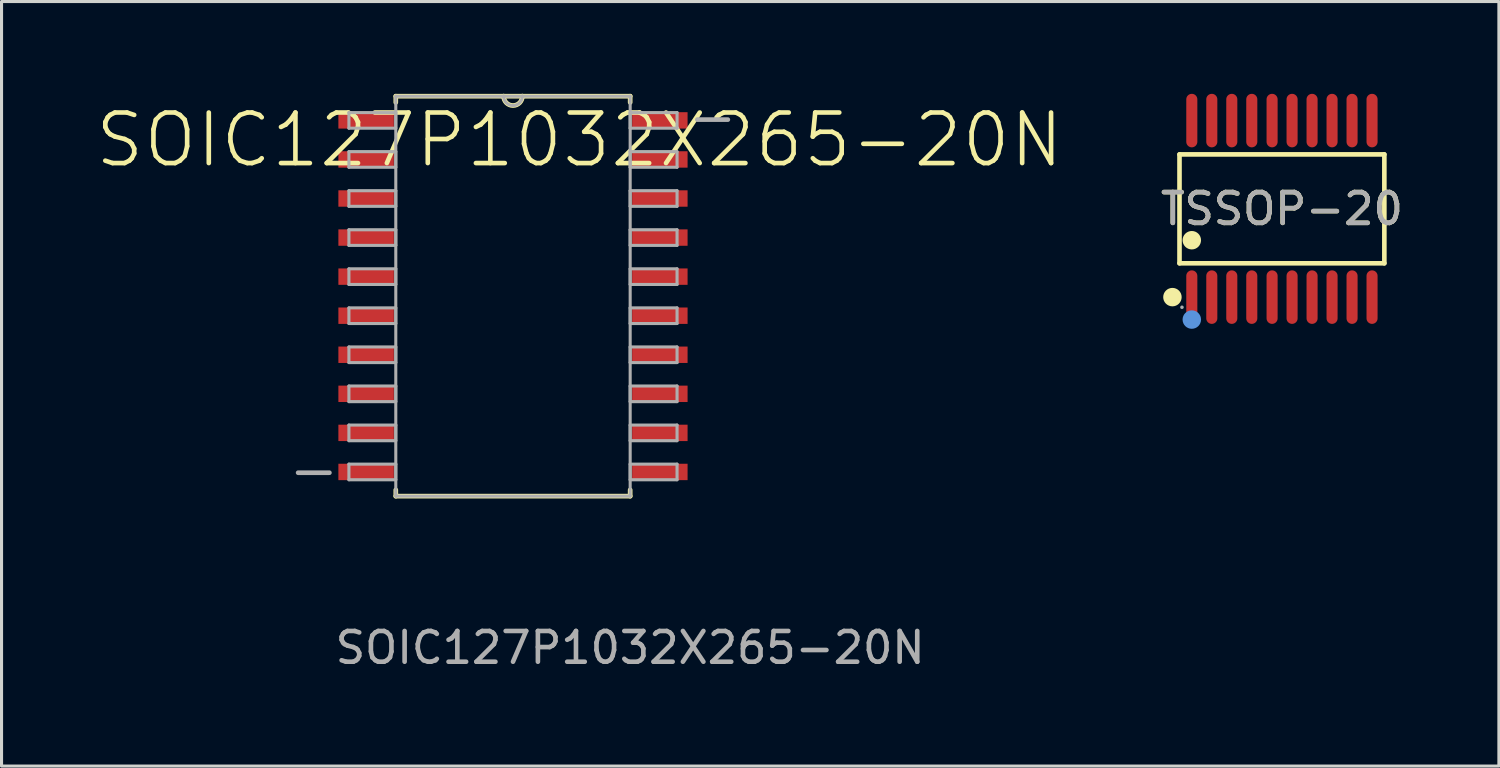
<source format=kicad_pcb>
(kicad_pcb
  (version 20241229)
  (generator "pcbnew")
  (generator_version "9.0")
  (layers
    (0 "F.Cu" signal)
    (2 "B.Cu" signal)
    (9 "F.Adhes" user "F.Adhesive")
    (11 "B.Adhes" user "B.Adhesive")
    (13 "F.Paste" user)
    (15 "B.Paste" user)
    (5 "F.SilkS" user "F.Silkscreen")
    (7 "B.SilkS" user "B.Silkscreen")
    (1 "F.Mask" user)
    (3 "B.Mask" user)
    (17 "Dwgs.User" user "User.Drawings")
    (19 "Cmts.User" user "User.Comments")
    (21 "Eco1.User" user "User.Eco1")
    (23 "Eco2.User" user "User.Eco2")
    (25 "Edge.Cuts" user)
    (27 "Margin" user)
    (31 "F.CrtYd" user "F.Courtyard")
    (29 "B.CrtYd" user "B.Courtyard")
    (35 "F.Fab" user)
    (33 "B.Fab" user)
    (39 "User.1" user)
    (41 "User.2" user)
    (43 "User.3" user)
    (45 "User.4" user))
  (footprint "SOIC127P1032X265-20N"
    (layer "F.Cu")
    (at 13.628 6.579)
    (property "Reference" "SOIC127P1032X265-20N" (at 2.159 -5.08 0) (layer "F.SilkS") (effects (font (size 1.643 1.643) (thickness 0.15))))
    (attr smd)
    (fp_line (start -3.81 -6.502) (end -3.81 -6.299) (stroke (width 0.152) (type solid)) (layer "F.SilkS"))
    (fp_line (start -3.81 6.299) (end -3.81 6.502) (stroke (width 0.152) (type solid)) (layer "F.SilkS"))
    (fp_line (start -3.81 6.502) (end 3.81 6.502) (stroke (width 0.152) (type solid)) (layer "F.SilkS"))
    (fp_line (start -0.305 -6.502) (end -3.81 -6.502) (stroke (width 0.152) (type solid)) (layer "F.SilkS"))
    (fp_line (start 0.305 -6.502) (end -0.305 -6.502) (stroke (width 0.152) (type solid)) (layer "F.SilkS"))
    (fp_line (start 3.81 -6.502) (end 0.305 -6.502) (stroke (width 0.152) (type solid)) (layer "F.SilkS"))
    (fp_line (start 3.81 -6.299) (end 3.81 -6.502) (stroke (width 0.152) (type solid)) (layer "F.SilkS"))
    (fp_line (start 3.81 6.502) (end 3.81 6.299) (stroke (width 0.152) (type solid)) (layer "F.SilkS"))
    (fp_arc (start 0.3048 -6.5024) (mid 0 -6.1976) (end -0.3048 -6.5024) (stroke (width 0.1524) (type solid)) (layer "F.SilkS"))
    (fp_line (start -6.985 5.74) (end -5.969 5.74) (stroke (width 0.152) (type solid)) (layer "F.Fab"))
    (fp_line (start -5.334 -5.969) (end -5.334 -5.461) (stroke (width 0.1) (type solid)) (layer "F.Fab"))
    (fp_line (start -5.334 -5.461) (end -3.81 -5.461) (stroke (width 0.1) (type solid)) (layer "F.Fab"))
    (fp_line (start -5.334 -4.699) (end -5.334 -4.191) (stroke (width 0.1) (type solid)) (layer "F.Fab"))
    (fp_line (start -5.334 -4.191) (end -3.81 -4.191) (stroke (width 0.1) (type solid)) (layer "F.Fab"))
    (fp_line (start -5.334 -3.429) (end -5.334 -2.921) (stroke (width 0.1) (type solid)) (layer "F.Fab"))
    (fp_line (start -5.334 -2.921) (end -3.81 -2.921) (stroke (width 0.1) (type solid)) (layer "F.Fab"))
    (fp_line (start -5.334 -2.159) (end -5.334 -1.651) (stroke (width 0.1) (type solid)) (layer "F.Fab"))
    (fp_line (start -5.334 -1.651) (end -3.81 -1.651) (stroke (width 0.1) (type solid)) (layer "F.Fab"))
    (fp_line (start -5.334 -0.889) (end -5.334 -0.381) (stroke (width 0.1) (type solid)) (layer "F.Fab"))
    (fp_line (start -5.334 -0.381) (end -3.81 -0.381) (stroke (width 0.1) (type solid)) (layer "F.Fab"))
    (fp_line (start -5.334 0.381) (end -5.334 0.889) (stroke (width 0.1) (type solid)) (layer "F.Fab"))
    (fp_line (start -5.334 0.889) (end -3.81 0.889) (stroke (width 0.1) (type solid)) (layer "F.Fab"))
    (fp_line (start -5.334 1.651) (end -5.334 2.159) (stroke (width 0.1) (type solid)) (layer "F.Fab"))
    (fp_line (start -5.334 2.159) (end -3.81 2.159) (stroke (width 0.1) (type solid)) (layer "F.Fab"))
    (fp_line (start -5.334 2.921) (end -5.334 3.429) (stroke (width 0.1) (type solid)) (layer "F.Fab"))
    (fp_line (start -5.334 3.429) (end -3.81 3.429) (stroke (width 0.1) (type solid)) (layer "F.Fab"))
    (fp_line (start -5.334 4.191) (end -5.334 4.699) (stroke (width 0.1) (type solid)) (layer "F.Fab"))
    (fp_line (start -5.334 4.699) (end -3.81 4.699) (stroke (width 0.1) (type solid)) (layer "F.Fab"))
    (fp_line (start -5.334 5.461) (end -5.334 5.969) (stroke (width 0.1) (type solid)) (layer "F.Fab"))
    (fp_line (start -5.334 5.969) (end -3.81 5.969) (stroke (width 0.1) (type solid)) (layer "F.Fab"))
    (fp_line (start -3.81 -6.502) (end -3.81 6.502) (stroke (width 0.1) (type solid)) (layer "F.Fab"))
    (fp_line (start -3.81 -5.969) (end -5.334 -5.969) (stroke (width 0.1) (type solid)) (layer "F.Fab"))
    (fp_line (start -3.81 -5.461) (end -3.81 -5.969) (stroke (width 0.1) (type solid)) (layer "F.Fab"))
    (fp_line (start -3.81 -4.699) (end -5.334 -4.699) (stroke (width 0.1) (type solid)) (layer "F.Fab"))
    (fp_line (start -3.81 -4.191) (end -3.81 -4.699) (stroke (width 0.1) (type solid)) (layer "F.Fab"))
    (fp_line (start -3.81 -3.429) (end -5.334 -3.429) (stroke (width 0.1) (type solid)) (layer "F.Fab"))
    (fp_line (start -3.81 -2.921) (end -3.81 -3.429) (stroke (width 0.1) (type solid)) (layer "F.Fab"))
    (fp_line (start -3.81 -2.159) (end -5.334 -2.159) (stroke (width 0.1) (type solid)) (layer "F.Fab"))
    (fp_line (start -3.81 -1.651) (end -3.81 -2.159) (stroke (width 0.1) (type solid)) (layer "F.Fab"))
    (fp_line (start -3.81 -0.889) (end -5.334 -0.889) (stroke (width 0.1) (type solid)) (layer "F.Fab"))
    (fp_line (start -3.81 -0.381) (end -3.81 -0.889) (stroke (width 0.1) (type solid)) (layer "F.Fab"))
    (fp_line (start -3.81 0.381) (end -5.334 0.381) (stroke (width 0.1) (type solid)) (layer "F.Fab"))
    (fp_line (start -3.81 0.889) (end -3.81 0.381) (stroke (width 0.1) (type solid)) (layer "F.Fab"))
    (fp_line (start -3.81 1.651) (end -5.334 1.651) (stroke (width 0.1) (type solid)) (layer "F.Fab"))
    (fp_line (start -3.81 2.159) (end -3.81 1.651) (stroke (width 0.1) (type solid)) (layer "F.Fab"))
    (fp_line (start -3.81 2.921) (end -5.334 2.921) (stroke (width 0.1) (type solid)) (layer "F.Fab"))
    (fp_line (start -3.81 3.429) (end -3.81 2.921) (stroke (width 0.1) (type solid)) (layer "F.Fab"))
    (fp_line (start -3.81 4.191) (end -5.334 4.191) (stroke (width 0.1) (type solid)) (layer "F.Fab"))
    (fp_line (start -3.81 4.699) (end -3.81 4.191) (stroke (width 0.1) (type solid)) (layer "F.Fab"))
    (fp_line (start -3.81 5.461) (end -5.334 5.461) (stroke (width 0.1) (type solid)) (layer "F.Fab"))
    (fp_line (start -3.81 5.969) (end -3.81 5.461) (stroke (width 0.1) (type solid)) (layer "F.Fab"))
    (fp_line (start -3.81 6.502) (end 3.81 6.502) (stroke (width 0.1) (type solid)) (layer "F.Fab"))
    (fp_line (start -0.305 -6.502) (end -3.81 -6.502) (stroke (width 0.1) (type solid)) (layer "F.Fab"))
    (fp_line (start 0.305 -6.502) (end -0.305 -6.502) (stroke (width 0.1) (type solid)) (layer "F.Fab"))
    (fp_line (start 3.81 -6.502) (end 0.305 -6.502) (stroke (width 0.1) (type solid)) (layer "F.Fab"))
    (fp_line (start 3.81 -5.969) (end 3.81 -5.461) (stroke (width 0.1) (type solid)) (layer "F.Fab"))
    (fp_line (start 3.81 -5.461) (end 5.334 -5.461) (stroke (width 0.1) (type solid)) (layer "F.Fab"))
    (fp_line (start 3.81 -4.699) (end 3.81 -4.191) (stroke (width 0.1) (type solid)) (layer "F.Fab"))
    (fp_line (start 3.81 -4.191) (end 5.334 -4.191) (stroke (width 0.1) (type solid)) (layer "F.Fab"))
    (fp_line (start 3.81 -3.429) (end 3.81 -2.921) (stroke (width 0.1) (type solid)) (layer "F.Fab"))
    (fp_line (start 3.81 -2.921) (end 5.334 -2.921) (stroke (width 0.1) (type solid)) (layer "F.Fab"))
    (fp_line (start 3.81 -2.159) (end 3.81 -1.651) (stroke (width 0.1) (type solid)) (layer "F.Fab"))
    (fp_line (start 3.81 -1.651) (end 5.334 -1.651) (stroke (width 0.1) (type solid)) (layer "F.Fab"))
    (fp_line (start 3.81 -0.889) (end 3.81 -0.381) (stroke (width 0.1) (type solid)) (layer "F.Fab"))
    (fp_line (start 3.81 -0.381) (end 5.334 -0.381) (stroke (width 0.1) (type solid)) (layer "F.Fab"))
    (fp_line (start 3.81 0.381) (end 3.81 0.889) (stroke (width 0.1) (type solid)) (layer "F.Fab"))
    (fp_line (start 3.81 0.889) (end 5.334 0.889) (stroke (width 0.1) (type solid)) (layer "F.Fab"))
    (fp_line (start 3.81 1.651) (end 3.81 2.159) (stroke (width 0.1) (type solid)) (layer "F.Fab"))
    (fp_line (start 3.81 2.159) (end 5.334 2.159) (stroke (width 0.1) (type solid)) (layer "F.Fab"))
    (fp_line (start 3.81 2.921) (end 3.81 3.429) (stroke (width 0.1) (type solid)) (layer "F.Fab"))
    (fp_line (start 3.81 3.429) (end 5.334 3.429) (stroke (width 0.1) (type solid)) (layer "F.Fab"))
    (fp_line (start 3.81 4.191) (end 3.81 4.699) (stroke (width 0.1) (type solid)) (layer "F.Fab"))
    (fp_line (start 3.81 4.699) (end 5.334 4.699) (stroke (width 0.1) (type solid)) (layer "F.Fab"))
    (fp_line (start 3.81 5.461) (end 3.81 5.969) (stroke (width 0.1) (type solid)) (layer "F.Fab"))
    (fp_line (start 3.81 5.969) (end 5.334 5.969) (stroke (width 0.1) (type solid)) (layer "F.Fab"))
    (fp_line (start 3.81 6.502) (end 3.81 -6.502) (stroke (width 0.1) (type solid)) (layer "F.Fab"))
    (fp_line (start 5.334 -5.969) (end 3.81 -5.969) (stroke (width 0.1) (type solid)) (layer "F.Fab"))
    (fp_line (start 5.334 -5.461) (end 5.334 -5.969) (stroke (width 0.1) (type solid)) (layer "F.Fab"))
    (fp_line (start 5.334 -4.699) (end 3.81 -4.699) (stroke (width 0.1) (type solid)) (layer "F.Fab"))
    (fp_line (start 5.334 -4.191) (end 5.334 -4.699) (stroke (width 0.1) (type solid)) (layer "F.Fab"))
    (fp_line (start 5.334 -3.429) (end 3.81 -3.429) (stroke (width 0.1) (type solid)) (layer "F.Fab"))
    (fp_line (start 5.334 -2.921) (end 5.334 -3.429) (stroke (width 0.1) (type solid)) (layer "F.Fab"))
    (fp_line (start 5.334 -2.159) (end 3.81 -2.159) (stroke (width 0.1) (type solid)) (layer "F.Fab"))
    (fp_line (start 5.334 -1.651) (end 5.334 -2.159) (stroke (width 0.1) (type solid)) (layer "F.Fab"))
    (fp_line (start 5.334 -0.889) (end 3.81 -0.889) (stroke (width 0.1) (type solid)) (layer "F.Fab"))
    (fp_line (start 5.334 -0.381) (end 5.334 -0.889) (stroke (width 0.1) (type solid)) (layer "F.Fab"))
    (fp_line (start 5.334 0.381) (end 3.81 0.381) (stroke (width 0.1) (type solid)) (layer "F.Fab"))
    (fp_line (start 5.334 0.889) (end 5.334 0.381) (stroke (width 0.1) (type solid)) (layer "F.Fab"))
    (fp_line (start 5.334 1.651) (end 3.81 1.651) (stroke (width 0.1) (type solid)) (layer "F.Fab"))
    (fp_line (start 5.334 2.159) (end 5.334 1.651) (stroke (width 0.1) (type solid)) (layer "F.Fab"))
    (fp_line (start 5.334 2.921) (end 3.81 2.921) (stroke (width 0.1) (type solid)) (layer "F.Fab"))
    (fp_line (start 5.334 3.429) (end 5.334 2.921) (stroke (width 0.1) (type solid)) (layer "F.Fab"))
    (fp_line (start 5.334 4.191) (end 3.81 4.191) (stroke (width 0.1) (type solid)) (layer "F.Fab"))
    (fp_line (start 5.334 4.699) (end 5.334 4.191) (stroke (width 0.1) (type solid)) (layer "F.Fab"))
    (fp_line (start 5.334 5.461) (end 3.81 5.461) (stroke (width 0.1) (type solid)) (layer "F.Fab"))
    (fp_line (start 5.334 5.969) (end 5.334 5.461) (stroke (width 0.1) (type solid)) (layer "F.Fab"))
    (fp_line (start 5.994 -5.74) (end 6.985 -5.74) (stroke (width 0.152) (type solid)) (layer "F.Fab"))
    (fp_arc (start 0.3048 -6.5024) (mid 0 -6.1976) (end -0.3048 -6.5024) (stroke (width 0.1) (type solid)) (layer "F.Fab"))
    (fp_text user "${REFERENCE}" (at 3.81 11.43 180) (layer "F.Fab") (effects (font (size 1 1) (thickness 0.15))))
    (pad "1" smd rect (at -4.775 -5.715) (size 1.803 0.533) (layers "F.Cu" "F.Mask" "F.Paste"))
    (pad "2" smd rect (at -4.775 -4.445) (size 1.803 0.533) (layers "F.Cu" "F.Mask" "F.Paste"))
    (pad "3" smd rect (at -4.775 -3.175) (size 1.803 0.533) (layers "F.Cu" "F.Mask" "F.Paste"))
    (pad "4" smd rect (at -4.775 -1.905) (size 1.803 0.533) (layers "F.Cu" "F.Mask" "F.Paste"))
    (pad "5" smd rect (at -4.775 -0.635) (size 1.803 0.533) (layers "F.Cu" "F.Mask" "F.Paste"))
    (pad "6" smd rect (at -4.775 0.635) (size 1.803 0.533) (layers "F.Cu" "F.Mask" "F.Paste"))
    (pad "7" smd rect (at -4.775 1.905) (size 1.803 0.533) (layers "F.Cu" "F.Mask" "F.Paste"))
    (pad "8" smd rect (at -4.775 3.175) (size 1.803 0.533) (layers "F.Cu" "F.Mask" "F.Paste"))
    (pad "9" smd rect (at -4.775 4.445) (size 1.803 0.533) (layers "F.Cu" "F.Mask" "F.Paste"))
    (pad "10" smd rect (at -4.775 5.715) (size 1.803 0.533) (layers "F.Cu" "F.Mask" "F.Paste"))
    (pad "11" smd rect (at 4.775 5.715) (size 1.803 0.533) (layers "F.Cu" "F.Mask" "F.Paste"))
    (pad "12" smd rect (at 4.775 4.445) (size 1.803 0.533) (layers "F.Cu" "F.Mask" "F.Paste"))
    (pad "13" smd rect (at 4.775 3.175) (size 1.803 0.533) (layers "F.Cu" "F.Mask" "F.Paste"))
    (pad "14" smd rect (at 4.775 1.905) (size 1.803 0.533) (layers "F.Cu" "F.Mask" "F.Paste"))
    (pad "15" smd rect (at 4.775 0.635) (size 1.803 0.533) (layers "F.Cu" "F.Mask" "F.Paste"))
    (pad "16" smd rect (at 4.775 -0.635) (size 1.803 0.533) (layers "F.Cu" "F.Mask" "F.Paste"))
    (pad "17" smd rect (at 4.775 -1.905) (size 1.803 0.533) (layers "F.Cu" "F.Mask" "F.Paste"))
    (pad "18" smd rect (at 4.775 -3.175) (size 1.803 0.533) (layers "F.Cu" "F.Mask" "F.Paste"))
    (pad "19" smd rect (at 4.775 -4.445) (size 1.803 0.533) (layers "F.Cu" "F.Mask" "F.Paste"))
    (pad "20" smd rect (at 4.775 -5.715) (size 1.803 0.533) (layers "F.Cu" "F.Mask" "F.Paste")))
  (footprint "TSSOP-20"
    (layer "F.Cu")
    (at 38.628 3.74)
    (property "Reference" "TSSOP-20" (at 0 0 180) (layer "F.SilkS") (effects (font (size 1 1) (thickness 0.15))))
    (attr smd)
    (fp_line (start -3.33 -1.77) (end 3.33 -1.77) (stroke (width 0.15) (type solid)) (layer "F.SilkS"))
    (fp_line (start -3.33 1.77) (end -3.33 -1.77) (stroke (width 0.15) (type solid)) (layer "F.SilkS"))
    (fp_line (start 3.33 -1.77) (end 3.33 1.77) (stroke (width 0.15) (type solid)) (layer "F.SilkS"))
    (fp_line (start 3.33 1.77) (end -3.33 1.77) (stroke (width 0.15) (type solid)) (layer "F.SilkS"))
    (fp_circle (center -3.56 2.87) (end -3.41 2.87) (stroke (width 0.3) (type solid)) (fill no) (layer "F.SilkS"))
    (fp_circle (center -2.93 1.02) (end -2.78 1.02) (stroke (width 0.3) (type solid)) (fill no) (layer "F.SilkS"))
    (fp_circle (center -2.93 3.6) (end -2.78 3.6) (stroke (width 0.3) (type solid)) (fill no) (layer "Cmts.User"))
    (fp_circle (center -3.25 3.2) (end -3.22 3.2) (stroke (width 0.06) (type solid)) (fill no) (layer "F.Fab"))
    (fp_text user "${REFERENCE}" (at 0 0 180) (layer "F.Fab") (effects (font (size 1 1) (thickness 0.15))))
    (pad "1" smd oval (at -2.93 2.87) (size 0.36 1.74) (layers "F.Cu" "F.Mask" "F.Paste"))
    (pad "2" smd oval (at -2.28 2.87) (size 0.36 1.74) (layers "F.Cu" "F.Mask" "F.Paste"))
    (pad "3" smd oval (at -1.63 2.87) (size 0.36 1.74) (layers "F.Cu" "F.Mask" "F.Paste"))
    (pad "4" smd oval (at -0.98 2.87) (size 0.36 1.74) (layers "F.Cu" "F.Mask" "F.Paste"))
    (pad "5" smd oval (at -0.32 2.87) (size 0.36 1.74) (layers "F.Cu" "F.Mask" "F.Paste"))
    (pad "6" smd oval (at 0.33 2.87) (size 0.36 1.74) (layers "F.Cu" "F.Mask" "F.Paste"))
    (pad "7" smd oval (at 0.98 2.87) (size 0.36 1.74) (layers "F.Cu" "F.Mask" "F.Paste"))
    (pad "8" smd oval (at 1.63 2.87) (size 0.36 1.74) (layers "F.Cu" "F.Mask" "F.Paste"))
    (pad "9" smd oval (at 2.28 2.87) (size 0.36 1.74) (layers "F.Cu" "F.Mask" "F.Paste"))
    (pad "10" smd oval (at 2.93 2.87) (size 0.36 1.74) (layers "F.Cu" "F.Mask" "F.Paste"))
    (pad "11" smd oval (at 2.93 -2.87) (size 0.36 1.74) (layers "F.Cu" "F.Mask" "F.Paste"))
    (pad "12" smd oval (at 2.28 -2.87) (size 0.36 1.74) (layers "F.Cu" "F.Mask" "F.Paste"))
    (pad "13" smd oval (at 1.63 -2.87) (size 0.36 1.74) (layers "F.Cu" "F.Mask" "F.Paste"))
    (pad "14" smd oval (at 0.98 -2.87) (size 0.36 1.74) (layers "F.Cu" "F.Mask" "F.Paste"))
    (pad "15" smd oval (at 0.33 -2.87) (size 0.36 1.74) (layers "F.Cu" "F.Mask" "F.Paste"))
    (pad "16" smd oval (at -0.32 -2.87) (size 0.36 1.74) (layers "F.Cu" "F.Mask" "F.Paste"))
    (pad "17" smd oval (at -0.98 -2.87) (size 0.36 1.74) (layers "F.Cu" "F.Mask" "F.Paste"))
    (pad "18" smd oval (at -1.63 -2.87) (size 0.36 1.74) (layers "F.Cu" "F.Mask" "F.Paste"))
    (pad "19" smd oval (at -2.28 -2.87) (size 0.36 1.74) (layers "F.Cu" "F.Mask" "F.Paste"))
    (pad "20" smd oval (at -2.93 -2.87) (size 0.36 1.74) (layers "F.Cu" "F.Mask" "F.Paste")))
  (gr_rect
    (start -3 -3)
    (end 45.682 21.857)
    (stroke (width 0.1) (type default))
    (fill no)
    (layer "Edge.Cuts")))
</source>
